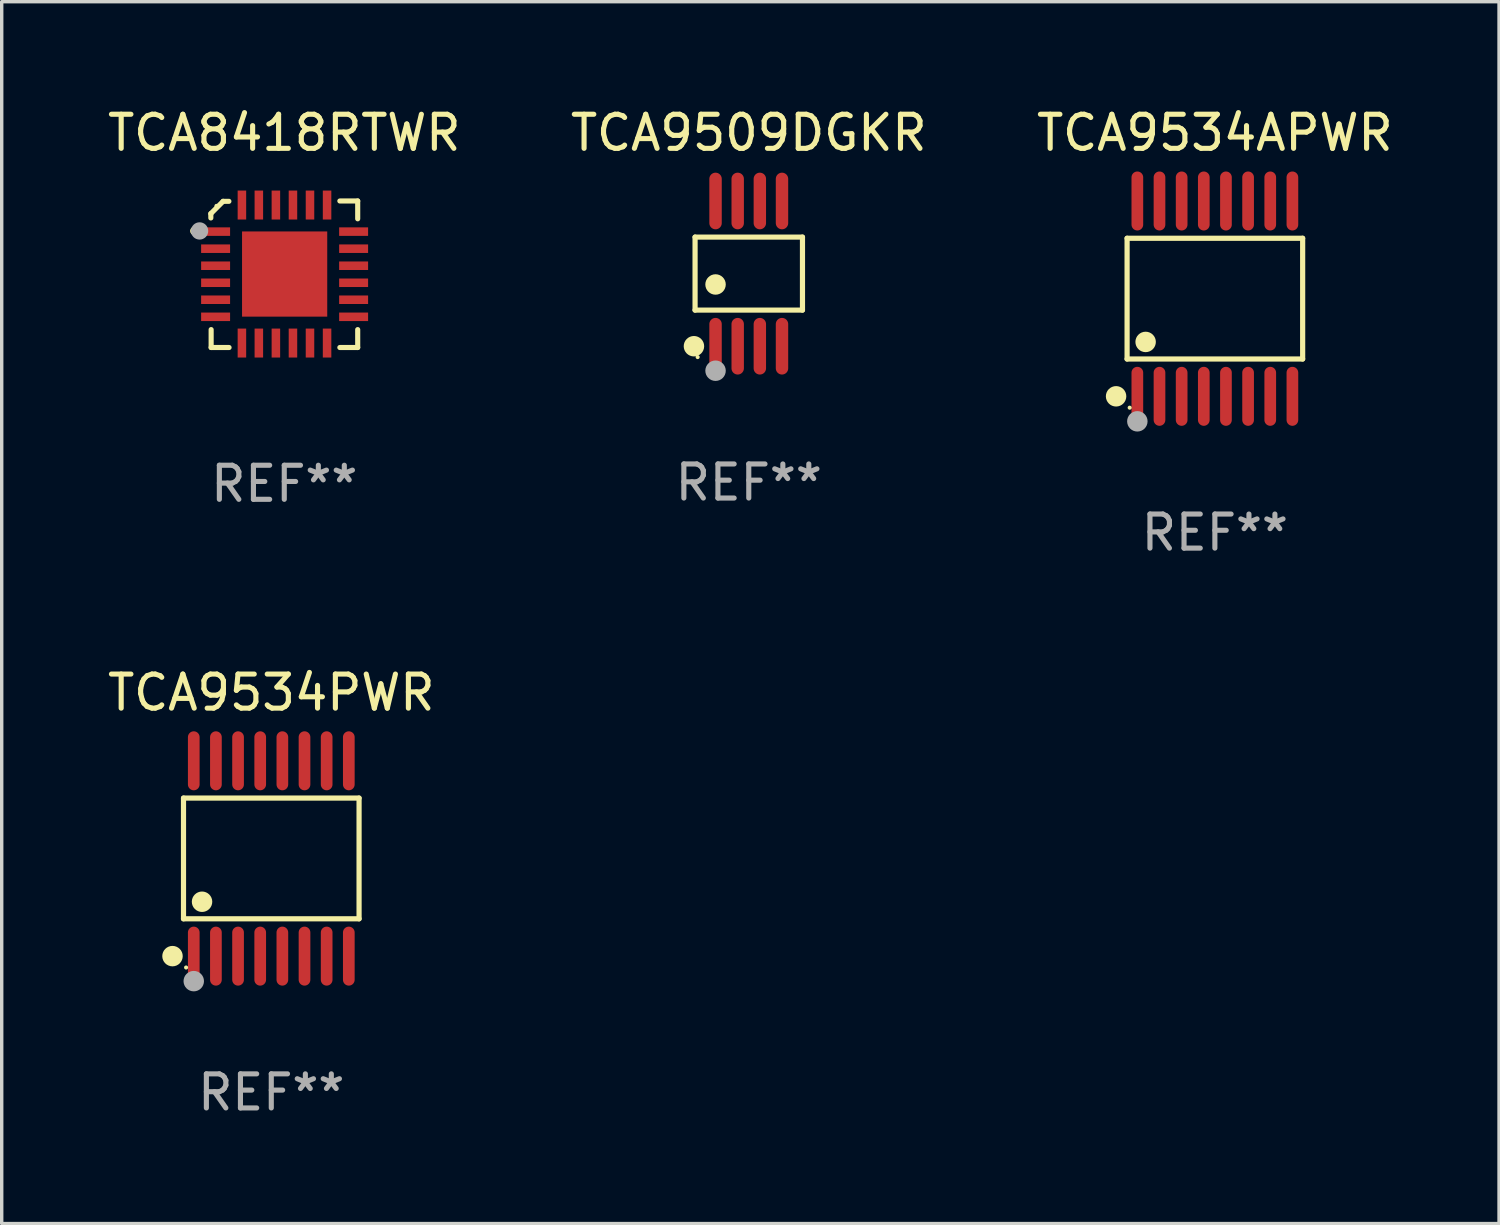
<source format=kicad_pcb>
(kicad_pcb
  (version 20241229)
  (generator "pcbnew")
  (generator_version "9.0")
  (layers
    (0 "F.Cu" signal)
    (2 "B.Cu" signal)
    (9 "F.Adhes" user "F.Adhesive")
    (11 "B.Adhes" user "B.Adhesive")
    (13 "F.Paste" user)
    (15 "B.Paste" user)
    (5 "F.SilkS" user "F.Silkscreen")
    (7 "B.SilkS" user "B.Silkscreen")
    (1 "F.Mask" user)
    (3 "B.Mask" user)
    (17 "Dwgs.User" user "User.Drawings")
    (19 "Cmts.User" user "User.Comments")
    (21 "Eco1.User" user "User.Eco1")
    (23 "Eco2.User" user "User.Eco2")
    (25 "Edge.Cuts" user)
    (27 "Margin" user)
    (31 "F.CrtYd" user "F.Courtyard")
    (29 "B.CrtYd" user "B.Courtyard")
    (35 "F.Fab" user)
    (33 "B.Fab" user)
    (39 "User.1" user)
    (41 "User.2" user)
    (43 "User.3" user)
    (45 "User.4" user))
  (footprint "TCA9534APWR"
    (layer "F.Cu")
    (at 32.601 5.714)
    (property "Reference" "TCA9534APWR" (at 0 -4.866 0) (layer "F.SilkS") (effects (font (size 1 1) (thickness 0.15))))
    (attr through_hole)
    (fp_line (start -2.576 -1.772) (end 2.576 -1.772) (stroke (width 0.152) (type solid)) (layer "F.SilkS"))
    (fp_line (start -2.576 1.771) (end -2.576 -1.772) (stroke (width 0.152) (type solid)) (layer "F.SilkS"))
    (fp_line (start 2.576 -1.772) (end 2.576 1.771) (stroke (width 0.152) (type solid)) (layer "F.SilkS"))
    (fp_line (start 2.576 1.771) (end -2.576 1.771) (stroke (width 0.152) (type solid)) (layer "F.SilkS"))
    (fp_circle (center -2.899 2.866) (end -2.749 2.866) (stroke (width 0.3) (type solid)) (fill no) (layer "F.SilkS"))
    (fp_circle (center -2.5 3.2) (end -2.47 3.2) (stroke (width 0.06) (type solid)) (fill no) (layer "F.SilkS"))
    (fp_circle (center -2.032 1.27) (end -1.882 1.27) (stroke (width 0.3) (type solid)) (fill no) (layer "F.SilkS"))
    (fp_circle (center -2.275 3.6) (end -2.125 3.6) (stroke (width 0.3) (type solid)) (fill no) (layer "F.Fab"))
    (fp_text user "REF**" (at 0 6.866 0) (layer "F.Fab") (effects (font (size 1 1) (thickness 0.15))))
    (pad "1" smd oval (at -2.275 2.866) (size 0.343 1.731) (layers "F.Cu" "F.Mask" "F.Paste"))
    (pad "2" smd oval (at -1.625 2.866) (size 0.343 1.731) (layers "F.Cu" "F.Mask" "F.Paste"))
    (pad "3" smd oval (at -0.975 2.866) (size 0.343 1.731) (layers "F.Cu" "F.Mask" "F.Paste"))
    (pad "4" smd oval (at -0.325 2.866) (size 0.343 1.731) (layers "F.Cu" "F.Mask" "F.Paste"))
    (pad "5" smd oval (at 0.325 2.866) (size 0.343 1.731) (layers "F.Cu" "F.Mask" "F.Paste"))
    (pad "6" smd oval (at 0.975 2.866) (size 0.343 1.731) (layers "F.Cu" "F.Mask" "F.Paste"))
    (pad "7" smd oval (at 1.625 2.866) (size 0.343 1.731) (layers "F.Cu" "F.Mask" "F.Paste"))
    (pad "8" smd oval (at 2.275 2.866) (size 0.343 1.731) (layers "F.Cu" "F.Mask" "F.Paste"))
    (pad "9" smd oval (at 2.275 -2.866) (size 0.343 1.731) (layers "F.Cu" "F.Mask" "F.Paste"))
    (pad "10" smd oval (at 1.625 -2.866) (size 0.343 1.731) (layers "F.Cu" "F.Mask" "F.Paste"))
    (pad "11" smd oval (at 0.975 -2.866) (size 0.343 1.731) (layers "F.Cu" "F.Mask" "F.Paste"))
    (pad "12" smd oval (at 0.325 -2.866) (size 0.343 1.731) (layers "F.Cu" "F.Mask" "F.Paste"))
    (pad "13" smd oval (at -0.325 -2.866) (size 0.343 1.731) (layers "F.Cu" "F.Mask" "F.Paste"))
    (pad "14" smd oval (at -0.975 -2.866) (size 0.343 1.731) (layers "F.Cu" "F.Mask" "F.Paste"))
    (pad "15" smd oval (at -1.625 -2.866) (size 0.343 1.731) (layers "F.Cu" "F.Mask" "F.Paste"))
    (pad "16" smd oval (at -2.275 -2.866) (size 0.343 1.731) (layers "F.Cu" "F.Mask" "F.Paste")))
  (footprint "TCA9509DGKR"
    (layer "F.Cu")
    (at 18.923 4.979)
    (property "Reference" "TCA9509DGKR" (at 0 -4.131 0) (layer "F.SilkS") (effects (font (size 1 1) (thickness 0.15))))
    (attr through_hole)
    (fp_line (start -1.576 -1.071) (end 1.576 -1.071) (stroke (width 0.152) (type solid)) (layer "F.SilkS"))
    (fp_line (start -1.576 1.071) (end -1.576 -1.071) (stroke (width 0.152) (type solid)) (layer "F.SilkS"))
    (fp_line (start 1.576 -1.071) (end 1.576 1.071) (stroke (width 0.152) (type solid)) (layer "F.SilkS"))
    (fp_line (start 1.576 1.071) (end -1.576 1.071) (stroke (width 0.152) (type solid)) (layer "F.SilkS"))
    (fp_circle (center -1.609 2.131) (end -1.459 2.131) (stroke (width 0.3) (type solid)) (fill no) (layer "F.SilkS"))
    (fp_circle (center -1.5 2.45) (end -1.47 2.45) (stroke (width 0.06) (type solid)) (fill no) (layer "F.SilkS"))
    (fp_circle (center -0.975 0.319) (end -0.825 0.319) (stroke (width 0.3) (type solid)) (fill no) (layer "F.SilkS"))
    (fp_circle (center -0.975 2.85) (end -0.825 2.85) (stroke (width 0.3) (type solid)) (fill no) (layer "F.Fab"))
    (fp_text user "REF**" (at 0 6.131 0) (layer "F.Fab") (effects (font (size 1 1) (thickness 0.15))))
    (pad "1" smd oval (at -0.975 2.131) (size 0.364 1.662) (layers "F.Cu" "F.Mask" "F.Paste"))
    (pad "2" smd oval (at -0.325 2.131) (size 0.364 1.662) (layers "F.Cu" "F.Mask" "F.Paste"))
    (pad "3" smd oval (at 0.325 2.131) (size 0.364 1.662) (layers "F.Cu" "F.Mask" "F.Paste"))
    (pad "4" smd oval (at 0.975 2.131) (size 0.364 1.662) (layers "F.Cu" "F.Mask" "F.Paste"))
    (pad "5" smd oval (at 0.975 -2.131) (size 0.364 1.662) (layers "F.Cu" "F.Mask" "F.Paste"))
    (pad "6" smd oval (at 0.325 -2.131) (size 0.364 1.662) (layers "F.Cu" "F.Mask" "F.Paste"))
    (pad "7" smd oval (at -0.325 -2.131) (size 0.364 1.662) (layers "F.Cu" "F.Mask" "F.Paste"))
    (pad "8" smd oval (at -0.975 -2.131) (size 0.364 1.662) (layers "F.Cu" "F.Mask" "F.Paste")))
  (footprint "TCA8418RTWR"
    (layer "F.Cu")
    (at 5.292 4.998)
    (property "Reference" "TCA8418RTWR" (at 0 -4.15 0) (layer "F.SilkS") (effects (font (size 1 1) (thickness 0.15))))
    (attr through_hole)
    (fp_line (start -2.155 -1.779) (end -2.155 -1.652) (stroke (width 0.15) (type solid)) (layer "F.SilkS"))
    (fp_line (start -2.146 2.15) (end -2.146 1.624) (stroke (width 0.15) (type solid)) (layer "F.SilkS"))
    (fp_line (start -1.795 -2.14) (end -2.155 -1.779) (stroke (width 0.15) (type solid)) (layer "F.SilkS"))
    (fp_line (start -1.625 -2.14) (end -1.795 -2.14) (stroke (width 0.15) (type solid)) (layer "F.SilkS"))
    (fp_line (start -1.62 2.15) (end -2.146 2.15) (stroke (width 0.15) (type solid)) (layer "F.SilkS"))
    (fp_line (start 1.631 -2.15) (end 2.155 -2.15) (stroke (width 0.15) (type solid)) (layer "F.SilkS"))
    (fp_line (start 1.631 2.15) (end 2.155 2.15) (stroke (width 0.15) (type solid)) (layer "F.SilkS"))
    (fp_line (start 2.155 -2.15) (end 2.155 -1.627) (stroke (width 0.15) (type solid)) (layer "F.SilkS"))
    (fp_line (start 2.155 2.15) (end 2.155 1.624) (stroke (width 0.15) (type solid)) (layer "F.SilkS"))
    (fp_circle (center -2.637 -1.271) (end -2.561 -1.271) (stroke (width 0.1) (type solid)) (fill no) (layer "F.SilkS"))
    (fp_circle (center -1.99 -2.006) (end -1.96 -2.006) (stroke (width 0.06) (type solid)) (fill no) (layer "F.SilkS"))
    (fp_circle (center -2.485 -1.271) (end -2.358 -1.271) (stroke (width 0.254) (type solid)) (fill no) (layer "F.Fab"))
    (fp_text user "REF**" (at 0 6.15 0) (layer "F.Fab") (effects (font (size 1 1) (thickness 0.15))))
    (pad "1" smd rect (at -2.015 -1.251) (size 0.85 0.25) (layers "F.Cu" "F.Mask" "F.Paste"))
    (pad "2" smd rect (at -2.015 -0.75) (size 0.85 0.25) (layers "F.Cu" "F.Mask" "F.Paste"))
    (pad "3" smd rect (at -2.015 -0.25) (size 0.85 0.25) (layers "F.Cu" "F.Mask" "F.Paste"))
    (pad "4" smd rect (at -2.015 0.25) (size 0.85 0.25) (layers "F.Cu" "F.Mask" "F.Paste"))
    (pad "5" smd rect (at -2.015 0.748) (size 0.85 0.25) (layers "F.Cu" "F.Mask" "F.Paste"))
    (pad "6" smd rect (at -2.015 1.249) (size 0.85 0.25) (layers "F.Cu" "F.Mask" "F.Paste"))
    (pad "7" smd rect (at -1.243 2.019 90) (size 0.85 0.25) (layers "F.Cu" "F.Mask" "F.Paste"))
    (pad "8" smd rect (at -0.746 2.019 90) (size 0.85 0.25) (layers "F.Cu" "F.Mask" "F.Paste"))
    (pad "9" smd rect (at -0.246 2.019 90) (size 0.85 0.25) (layers "F.Cu" "F.Mask" "F.Paste"))
    (pad "10" smd rect (at 0.255 2.019 90) (size 0.85 0.25) (layers "F.Cu" "F.Mask" "F.Paste"))
    (pad "11" smd rect (at 0.755 2.019 90) (size 0.85 0.25) (layers "F.Cu" "F.Mask" "F.Paste"))
    (pad "12" smd rect (at 1.256 2.019 90) (size 0.85 0.25) (layers "F.Cu" "F.Mask" "F.Paste"))
    (pad "13" smd rect (at 2.035 1.249) (size 0.85 0.25) (layers "F.Cu" "F.Mask" "F.Paste"))
    (pad "14" smd rect (at 2.035 0.748) (size 0.85 0.25) (layers "F.Cu" "F.Mask" "F.Paste"))
    (pad "15" smd rect (at 2.035 0.25) (size 0.85 0.25) (layers "F.Cu" "F.Mask" "F.Paste"))
    (pad "16" smd rect (at 2.035 -0.25) (size 0.85 0.25) (layers "F.Cu" "F.Mask" "F.Paste"))
    (pad "17" smd rect (at 2.035 -0.75) (size 0.85 0.25) (layers "F.Cu" "F.Mask" "F.Paste"))
    (pad "18" smd rect (at 2.035 -1.251) (size 0.85 0.25) (layers "F.Cu" "F.Mask" "F.Paste"))
    (pad "19" smd rect (at 1.256 -2.031 90) (size 0.85 0.25) (layers "F.Cu" "F.Mask" "F.Paste"))
    (pad "20" smd rect (at 0.755 -2.031 90) (size 0.85 0.25) (layers "F.Cu" "F.Mask" "F.Paste"))
    (pad "21" smd rect (at 0.255 -2.031 90) (size 0.85 0.25) (layers "F.Cu" "F.Mask" "F.Paste"))
    (pad "22" smd rect (at -0.246 -2.031 90) (size 0.85 0.25) (layers "F.Cu" "F.Mask" "F.Paste"))
    (pad "23" smd rect (at -0.746 -2.031 90) (size 0.85 0.25) (layers "F.Cu" "F.Mask" "F.Paste"))
    (pad "24" smd rect (at -1.243 -2.031 90) (size 0.85 0.25) (layers "F.Cu" "F.Mask" "F.Paste"))
    (pad "25" smd rect (at 0.011 -0.006) (size 2.5 2.5) (layers "F.Cu" "F.Mask" "F.Paste")))
  (footprint "TCA9534PWR"
    (layer "F.Cu")
    (at 4.911 22.142)
    (property "Reference" "TCA9534PWR" (at 0 -4.866 0) (layer "F.SilkS") (effects (font (size 1 1) (thickness 0.15))))
    (attr through_hole)
    (fp_line (start -2.576 -1.772) (end 2.576 -1.772) (stroke (width 0.152) (type solid)) (layer "F.SilkS"))
    (fp_line (start -2.576 1.771) (end -2.576 -1.772) (stroke (width 0.152) (type solid)) (layer "F.SilkS"))
    (fp_line (start 2.576 -1.772) (end 2.576 1.771) (stroke (width 0.152) (type solid)) (layer "F.SilkS"))
    (fp_line (start 2.576 1.771) (end -2.576 1.771) (stroke (width 0.152) (type solid)) (layer "F.SilkS"))
    (fp_circle (center -2.899 2.866) (end -2.749 2.866) (stroke (width 0.3) (type solid)) (fill no) (layer "F.SilkS"))
    (fp_circle (center -2.5 3.2) (end -2.47 3.2) (stroke (width 0.06) (type solid)) (fill no) (layer "F.SilkS"))
    (fp_circle (center -2.032 1.27) (end -1.882 1.27) (stroke (width 0.3) (type solid)) (fill no) (layer "F.SilkS"))
    (fp_circle (center -2.275 3.6) (end -2.125 3.6) (stroke (width 0.3) (type solid)) (fill no) (layer "F.Fab"))
    (fp_text user "REF**" (at 0 6.866 0) (layer "F.Fab") (effects (font (size 1 1) (thickness 0.15))))
    (pad "1" smd oval (at -2.275 2.866) (size 0.343 1.731) (layers "F.Cu" "F.Mask" "F.Paste"))
    (pad "2" smd oval (at -1.625 2.866) (size 0.343 1.731) (layers "F.Cu" "F.Mask" "F.Paste"))
    (pad "3" smd oval (at -0.975 2.866) (size 0.343 1.731) (layers "F.Cu" "F.Mask" "F.Paste"))
    (pad "4" smd oval (at -0.325 2.866) (size 0.343 1.731) (layers "F.Cu" "F.Mask" "F.Paste"))
    (pad "5" smd oval (at 0.325 2.866) (size 0.343 1.731) (layers "F.Cu" "F.Mask" "F.Paste"))
    (pad "6" smd oval (at 0.975 2.866) (size 0.343 1.731) (layers "F.Cu" "F.Mask" "F.Paste"))
    (pad "7" smd oval (at 1.625 2.866) (size 0.343 1.731) (layers "F.Cu" "F.Mask" "F.Paste"))
    (pad "8" smd oval (at 2.275 2.866) (size 0.343 1.731) (layers "F.Cu" "F.Mask" "F.Paste"))
    (pad "9" smd oval (at 2.275 -2.866) (size 0.343 1.731) (layers "F.Cu" "F.Mask" "F.Paste"))
    (pad "10" smd oval (at 1.625 -2.866) (size 0.343 1.731) (layers "F.Cu" "F.Mask" "F.Paste"))
    (pad "11" smd oval (at 0.975 -2.866) (size 0.343 1.731) (layers "F.Cu" "F.Mask" "F.Paste"))
    (pad "12" smd oval (at 0.325 -2.866) (size 0.343 1.731) (layers "F.Cu" "F.Mask" "F.Paste"))
    (pad "13" smd oval (at -0.325 -2.866) (size 0.343 1.731) (layers "F.Cu" "F.Mask" "F.Paste"))
    (pad "14" smd oval (at -0.975 -2.866) (size 0.343 1.731) (layers "F.Cu" "F.Mask" "F.Paste"))
    (pad "15" smd oval (at -1.625 -2.866) (size 0.343 1.731) (layers "F.Cu" "F.Mask" "F.Paste"))
    (pad "16" smd oval (at -2.275 -2.866) (size 0.343 1.731) (layers "F.Cu" "F.Mask" "F.Paste")))
  (gr_rect
    (start -3 -3)
    (end 40.94 32.856)
    (stroke (width 0.1) (type default))
    (fill no)
    (layer "Edge.Cuts")))
</source>
